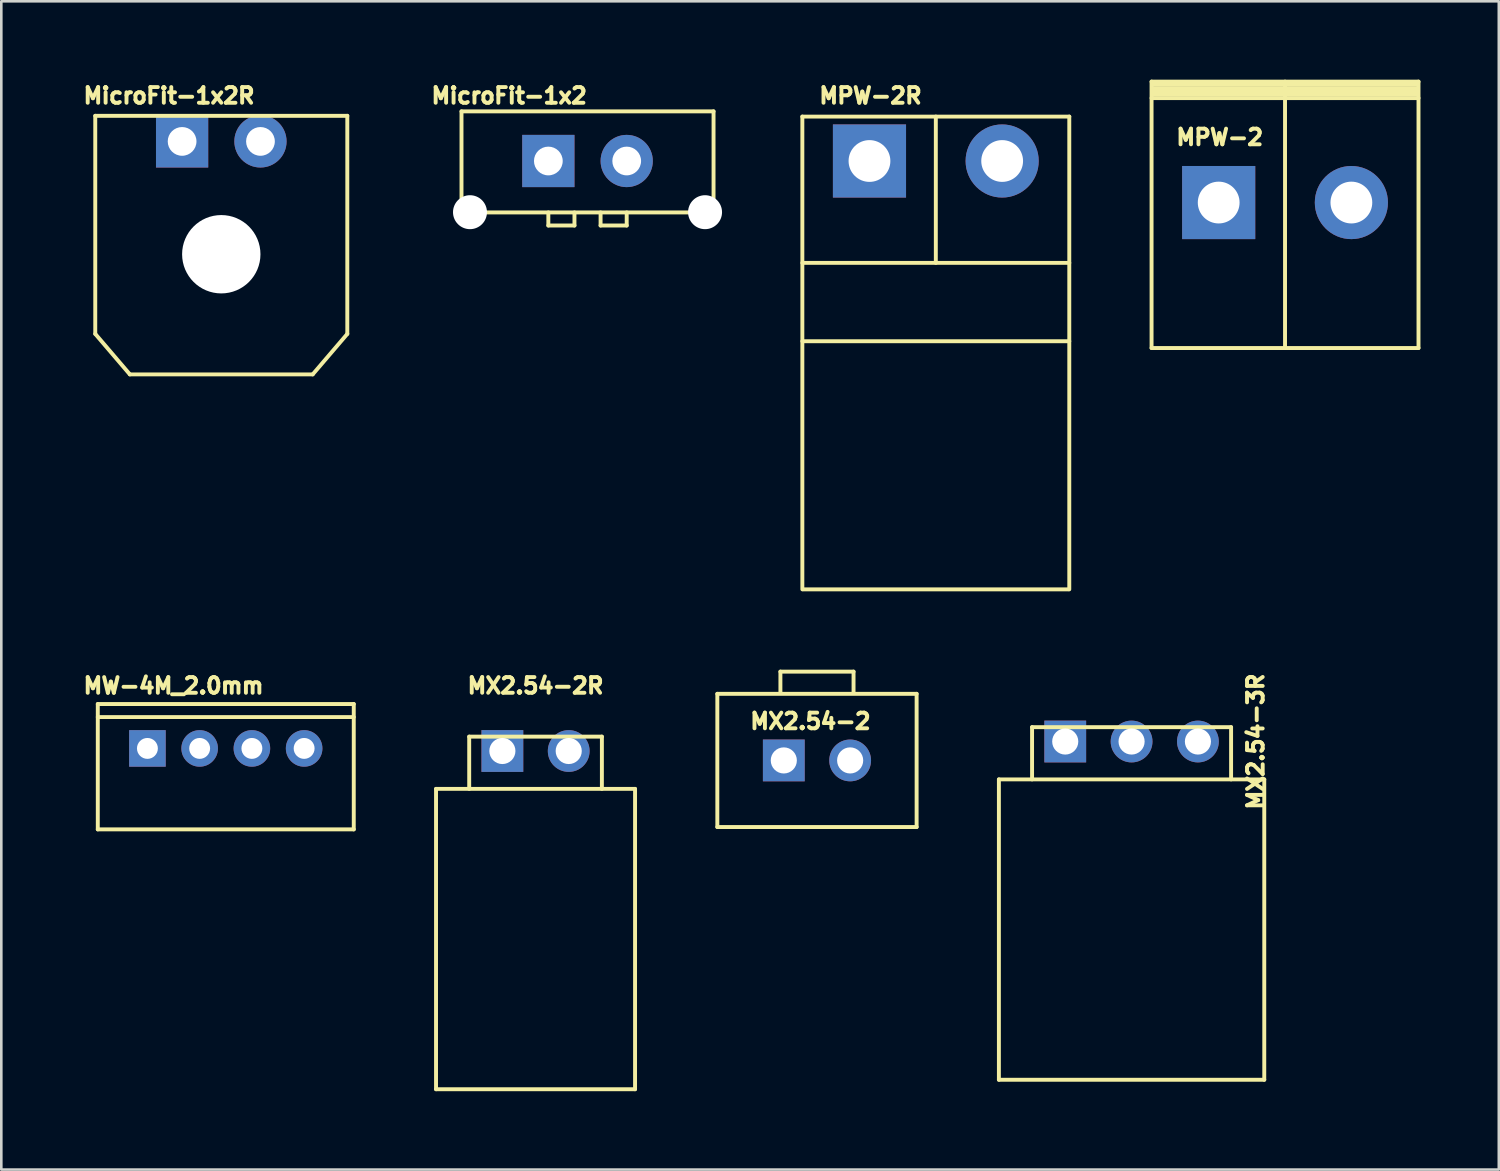
<source format=kicad_pcb>
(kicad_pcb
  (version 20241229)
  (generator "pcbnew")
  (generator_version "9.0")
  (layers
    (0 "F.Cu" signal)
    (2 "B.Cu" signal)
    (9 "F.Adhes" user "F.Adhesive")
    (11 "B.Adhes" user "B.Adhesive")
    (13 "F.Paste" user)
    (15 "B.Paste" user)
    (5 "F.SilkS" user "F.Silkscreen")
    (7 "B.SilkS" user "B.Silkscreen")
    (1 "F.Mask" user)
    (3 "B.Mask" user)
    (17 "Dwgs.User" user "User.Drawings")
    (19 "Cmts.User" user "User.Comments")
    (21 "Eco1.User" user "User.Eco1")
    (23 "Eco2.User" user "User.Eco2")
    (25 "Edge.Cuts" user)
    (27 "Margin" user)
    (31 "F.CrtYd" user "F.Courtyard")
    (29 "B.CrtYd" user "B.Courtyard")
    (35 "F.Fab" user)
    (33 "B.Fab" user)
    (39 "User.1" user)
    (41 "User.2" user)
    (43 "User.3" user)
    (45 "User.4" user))
  (footprint "MicroFit-1x2"
    (layer "F.Cu")
    (at 19.444 3.114)
    (property "Reference" "MicroFit-1x2" (at -3 -2.5 0) (layer "F.SilkS") (effects (font (size 0.6 0.6) (thickness 0.15))))
    (attr through_hole)
    (fp_line (start -4.825 1.97) (end -4.825 -1.9) (stroke (width 0.15) (type solid)) (layer "F.SilkS"))
    (fp_line (start -4.825 1.97) (end 4.825 1.97) (stroke (width 0.15) (type solid)) (layer "F.SilkS"))
    (fp_line (start -1.5 2.47) (end -1.5 1.97) (stroke (width 0.15) (type solid)) (layer "F.SilkS"))
    (fp_line (start -0.5 2.47) (end -1.5 2.47) (stroke (width 0.15) (type solid)) (layer "F.SilkS"))
    (fp_line (start -0.5 2.47) (end -0.5 1.97) (stroke (width 0.15) (type solid)) (layer "F.SilkS"))
    (fp_line (start 0.5 2.47) (end 0.5 1.97) (stroke (width 0.15) (type solid)) (layer "F.SilkS"))
    (fp_line (start 1.5 2.47) (end 0.5 2.47) (stroke (width 0.15) (type solid)) (layer "F.SilkS"))
    (fp_line (start 1.5 2.47) (end 1.5 1.97) (stroke (width 0.15) (type solid)) (layer "F.SilkS"))
    (fp_line (start 4.825 -1.9) (end -4.825 -1.9) (stroke (width 0.15) (type solid)) (layer "F.SilkS"))
    (fp_line (start 4.825 1.97) (end 4.825 -1.9) (stroke (width 0.15) (type solid)) (layer "F.SilkS"))
    (pad "" np_thru_hole circle (at -4.5 1.96) (size 1.3 1.3) (drill 1.3) (layers "*.Cu" "*.Mask"))
    (pad "" np_thru_hole circle (at 4.5 1.96) (size 1.3 1.3) (drill 1.3) (layers "*.Cu" "*.Mask"))
    (pad "1" thru_hole rect (at -1.5 0) (size 2 2) (drill 1.1) (layers "*.Cu" "*.Mask"))
    (pad "2" thru_hole circle (at 1.5 0) (size 2 2) (drill 1.1) (layers "*.Cu" "*.Mask")))
  (footprint "MPW-2R"
    (layer "F.Cu")
    (at 32.779 3.114)
    (property "Reference" "MPW-2R" (at -2.5 -2.5 0) (layer "F.SilkS") (effects (font (size 0.6 0.6) (thickness 0.15))))
    (attr through_hole)
    (fp_line (start -5.11 -1.7) (end -5.11 6.9) (stroke (width 0.15) (type solid)) (layer "F.SilkS"))
    (fp_line (start -5.11 6.9) (end -5.11 16.4) (stroke (width 0.15) (type solid)) (layer "F.SilkS"))
    (fp_line (start -5.08 6.9) (end 5.08 6.9) (stroke (width 0.15) (type solid)) (layer "F.SilkS"))
    (fp_line (start -5.08 16.4) (end 5.08 16.4) (stroke (width 0.15) (type solid)) (layer "F.SilkS"))
    (fp_line (start 0 -1.7) (end 0 3.9) (stroke (width 0.15) (type solid)) (layer "F.SilkS"))
    (fp_line (start 5.11 -1.7) (end -5.11 -1.7) (stroke (width 0.15) (type solid)) (layer "F.SilkS"))
    (fp_line (start 5.11 -1.7) (end 5.11 6.9) (stroke (width 0.15) (type solid)) (layer "F.SilkS"))
    (fp_line (start 5.11 3.9) (end -5.11 3.9) (stroke (width 0.15) (type solid)) (layer "F.SilkS"))
    (fp_line (start 5.11 6.9) (end 5.11 16.4) (stroke (width 0.15) (type solid)) (layer "F.SilkS"))
    (pad "1" thru_hole rect (at -2.54 0) (size 2.8 2.8) (drill 1.6) (layers "*.Cu" "*.Mask"))
    (pad "2" thru_hole circle (at 2.54 0) (size 2.8 2.8) (drill 1.6) (layers "*.Cu" "*.Mask")))
  (footprint "MicroFit-1x2R"
    (layer "F.Cu")
    (at 5.422 2.364)
    (property "Reference" "MicroFit-1x2R" (at -2 -1.75 0) (layer "F.SilkS") (effects (font (size 0.6 0.6) (thickness 0.15))))
    (attr through_hole)
    (fp_line (start -4.825 7.37) (end -4.825 -0.98) (stroke (width 0.15) (type solid)) (layer "F.SilkS"))
    (fp_line (start -3.5 8.92) (end -4.825 7.37) (stroke (width 0.15) (type solid)) (layer "F.SilkS"))
    (fp_line (start -3.5 8.92) (end 3.5 8.92) (stroke (width 0.15) (type solid)) (layer "F.SilkS"))
    (fp_line (start 3.5 8.92) (end 4.825 7.37) (stroke (width 0.15) (type solid)) (layer "F.SilkS"))
    (fp_line (start 4.825 -0.98) (end -4.825 -0.98) (stroke (width 0.15) (type solid)) (layer "F.SilkS"))
    (fp_line (start 4.825 7.37) (end 4.825 -0.98) (stroke (width 0.15) (type solid)) (layer "F.SilkS"))
    (pad "" np_thru_hole circle (at 0 4.32) (size 3 3) (drill 3) (layers "*.Cu" "*.Mask"))
    (pad "1" thru_hole rect (at -1.5 0) (size 2 2) (drill 1.1) (layers "*.Cu" "*.Mask"))
    (pad "2" thru_hole circle (at 1.5 0) (size 2 2) (drill 1.1) (layers "*.Cu" "*.Mask")))
  (footprint "MX2.54-3R"
    (layer "F.Cu")
    (at 40.274 25.34)
    (property "Reference" "MX2.54-3R" (at 4.75 0 90) (layer "F.SilkS") (effects (font (size 0.6 0.6) (thickness 0.15))))
    (attr through_hole)
    (fp_line (start -5.08 1.45) (end -5.08 12.95) (stroke (width 0.15) (type solid)) (layer "F.SilkS"))
    (fp_line (start -5.08 1.45) (end 5.08 1.45) (stroke (width 0.15) (type solid)) (layer "F.SilkS"))
    (fp_line (start -3.81 -0.55) (end -3.81 1.45) (stroke (width 0.15) (type solid)) (layer "F.SilkS"))
    (fp_line (start -3.81 -0.55) (end 3.81 -0.55) (stroke (width 0.15) (type solid)) (layer "F.SilkS"))
    (fp_line (start 3.81 1.45) (end 3.81 -0.55) (stroke (width 0.15) (type solid)) (layer "F.SilkS"))
    (fp_line (start 5.08 1.45) (end 5.08 12.95) (stroke (width 0.15) (type solid)) (layer "F.SilkS"))
    (fp_line (start 5.08 12.95) (end -5.08 12.95) (stroke (width 0.15) (type solid)) (layer "F.SilkS"))
    (pad "1" thru_hole rect (at -2.54 0) (size 1.6 1.6) (drill 1) (layers "*.Cu" "*.Mask"))
    (pad "2" thru_hole circle (at 0 0) (size 1.6 1.6) (drill 1) (layers "*.Cu" "*.Mask"))
    (pad "3" thru_hole circle (at 2.54 0) (size 1.6 1.6) (drill 1) (layers "*.Cu" "*.Mask")))
  (footprint "MX2.54-2"
    (layer "F.Cu")
    (at 28.229 26.064)
    (property "Reference" "MX2.54-2" (at -0.25 -1.5 0) (layer "F.SilkS") (effects (font (size 0.6 0.6) (thickness 0.15))))
    (attr through_hole)
    (fp_line (start -3.815 -2.55) (end -3.815 2.55) (stroke (width 0.15) (type solid)) (layer "F.SilkS"))
    (fp_line (start -3.815 2.55) (end 3.815 2.55) (stroke (width 0.15) (type solid)) (layer "F.SilkS"))
    (fp_line (start -1.4 -3.4) (end -1.4 -2.6) (stroke (width 0.15) (type solid)) (layer "F.SilkS"))
    (fp_line (start 1.4 -3.4) (end -1.4 -3.4) (stroke (width 0.15) (type solid)) (layer "F.SilkS"))
    (fp_line (start 1.4 -2.6) (end 1.4 -3.4) (stroke (width 0.15) (type solid)) (layer "F.SilkS"))
    (fp_line (start 3.815 -2.55) (end -3.815 -2.55) (stroke (width 0.15) (type solid)) (layer "F.SilkS"))
    (fp_line (start 3.815 2.55) (end 3.815 -2.55) (stroke (width 0.15) (type solid)) (layer "F.SilkS"))
    (pad "1" thru_hole rect (at -1.27 0) (size 1.6 1.6) (drill 1) (layers "*.Cu" "*.Mask"))
    (pad "2" thru_hole circle (at 1.27 0) (size 1.6 1.6) (drill 1) (layers "*.Cu" "*.Mask")))
  (footprint "MPW-2"
    (layer "F.Cu")
    (at 46.149 4.705)
    (property "Reference" "MPW-2" (at -2.5 -2.5 0) (layer "F.SilkS") (effects (font (size 0.6 0.6) (thickness 0.15))))
    (attr through_hole)
    (fp_line (start -5.11 -4.63) (end -5.11 5.57) (stroke (width 0.15) (type solid)) (layer "F.SilkS"))
    (fp_line (start -5.08 -4.381) (end 5.08 -4.381) (stroke (width 0.15) (type solid)) (layer "F.SilkS"))
    (fp_line (start -5.08 -4.128) (end 5.08 -4.128) (stroke (width 0.15) (type solid)) (layer "F.SilkS"))
    (fp_line (start 0 -4.63) (end 0 5.57) (stroke (width 0.15) (type solid)) (layer "F.SilkS"))
    (fp_line (start 5.08 -4.508) (end -5.08 -4.508) (stroke (width 0.15) (type solid)) (layer "F.SilkS"))
    (fp_line (start 5.08 -4.255) (end -5.08 -4.255) (stroke (width 0.15) (type solid)) (layer "F.SilkS"))
    (fp_line (start 5.11 -4.63) (end -5.11 -4.63) (stroke (width 0.15) (type solid)) (layer "F.SilkS"))
    (fp_line (start 5.11 -4.63) (end 5.11 5.57) (stroke (width 0.15) (type solid)) (layer "F.SilkS"))
    (fp_line (start 5.11 -4) (end -5.11 -4) (stroke (width 0.15) (type solid)) (layer "F.SilkS"))
    (fp_line (start 5.11 5.57) (end -5.11 5.57) (stroke (width 0.15) (type solid)) (layer "F.SilkS"))
    (pad "1" thru_hole rect (at -2.54 0) (size 2.8 2.8) (drill 1.6) (layers "*.Cu" "*.Mask"))
    (pad "2" thru_hole circle (at 2.54 0) (size 2.8 2.8) (drill 1.6) (layers "*.Cu" "*.Mask")))
  (footprint "MX2.54-2R"
    (layer "F.Cu")
    (at 17.454 25.703)
    (property "Reference" "MX2.54-2R" (at 0 -2.5 0) (layer "F.SilkS") (effects (font (size 0.6 0.6) (thickness 0.15))))
    (attr through_hole)
    (fp_line (start -3.81 1.45) (end -3.81 12.95) (stroke (width 0.15) (type solid)) (layer "F.SilkS"))
    (fp_line (start -3.81 1.45) (end 3.81 1.45) (stroke (width 0.15) (type solid)) (layer "F.SilkS"))
    (fp_line (start -2.54 -0.55) (end -2.54 1.45) (stroke (width 0.15) (type solid)) (layer "F.SilkS"))
    (fp_line (start -2.54 -0.55) (end 2.54 -0.55) (stroke (width 0.15) (type solid)) (layer "F.SilkS"))
    (fp_line (start 2.54 1.45) (end 2.54 -0.55) (stroke (width 0.15) (type solid)) (layer "F.SilkS"))
    (fp_line (start 3.81 1.45) (end 3.81 12.95) (stroke (width 0.15) (type solid)) (layer "F.SilkS"))
    (fp_line (start 3.81 12.95) (end -3.81 12.95) (stroke (width 0.15) (type solid)) (layer "F.SilkS"))
    (pad "1" thru_hole rect (at -1.27 0) (size 1.6 1.6) (drill 1) (layers "*.Cu" "*.Mask"))
    (pad "2" thru_hole circle (at 1.27 0) (size 1.6 1.6) (drill 1) (layers "*.Cu" "*.Mask")))
  (footprint "MW-4M_2.0mm"
    (layer "F.Cu")
    (at 5.594 25.604)
    (property "Reference" "MW-4M_2.0mm" (at -2 -2.4 180) (layer "F.SilkS") (effects (font (size 0.6 0.6) (thickness 0.15))))
    (attr through_hole)
    (fp_line (start -4.9 -1.7) (end 4.9 -1.7) (stroke (width 0.15) (type solid)) (layer "F.SilkS"))
    (fp_line (start -4.9 -1.2) (end 4.9 -1.2) (stroke (width 0.15) (type solid)) (layer "F.SilkS"))
    (fp_line (start -4.9 3.1) (end -4.9 -1.7) (stroke (width 0.15) (type solid)) (layer "F.SilkS"))
    (fp_line (start 4.9 -1.7) (end 4.9 3.1) (stroke (width 0.15) (type solid)) (layer "F.SilkS"))
    (fp_line (start 4.9 3.1) (end -4.9 3.1) (stroke (width 0.15) (type solid)) (layer "F.SilkS"))
    (pad "A1" thru_hole circle (at 1 0) (size 1.4 1.4) (drill 0.8) (layers "*.Cu" "*.Mask"))
    (pad "A2" thru_hole circle (at 3 0) (size 1.4 1.4) (drill 0.8) (layers "*.Cu" "*.Mask"))
    (pad "B1" thru_hole circle (at -1 0) (size 1.4 1.4) (drill 0.8) (layers "*.Cu" "*.Mask"))
    (pad "B2" thru_hole rect (at -3 0) (size 1.4 1.4) (drill 0.8) (layers "*.Cu" "*.Mask")))
  (gr_rect
    (start -3 -3)
    (end 54.334 41.728)
    (stroke (width 0.1) (type default))
    (fill no)
    (layer "Edge.Cuts")))
</source>
